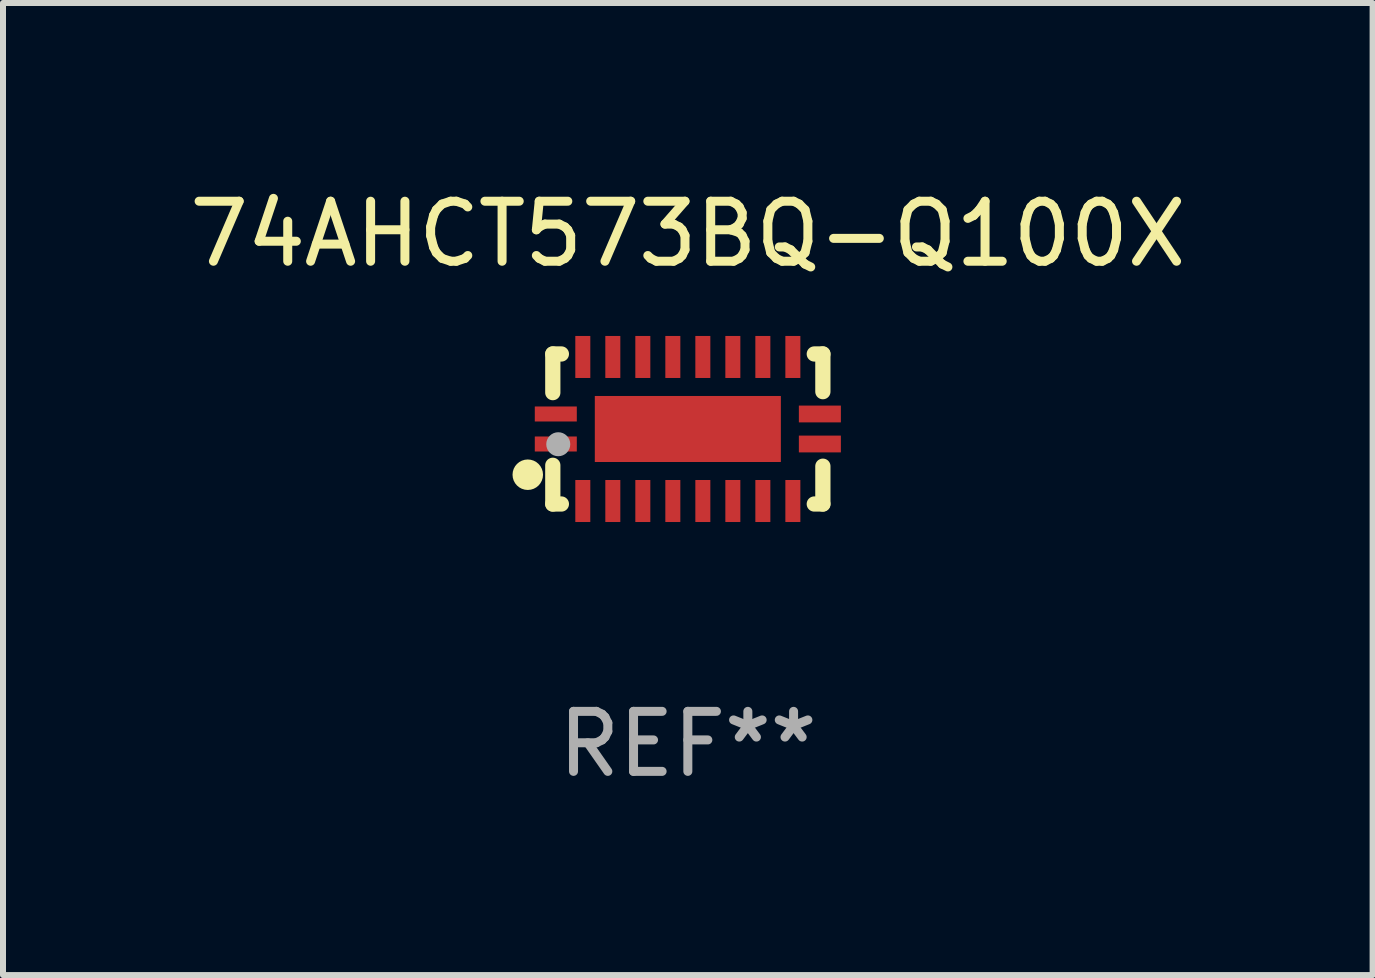
<source format=kicad_pcb>
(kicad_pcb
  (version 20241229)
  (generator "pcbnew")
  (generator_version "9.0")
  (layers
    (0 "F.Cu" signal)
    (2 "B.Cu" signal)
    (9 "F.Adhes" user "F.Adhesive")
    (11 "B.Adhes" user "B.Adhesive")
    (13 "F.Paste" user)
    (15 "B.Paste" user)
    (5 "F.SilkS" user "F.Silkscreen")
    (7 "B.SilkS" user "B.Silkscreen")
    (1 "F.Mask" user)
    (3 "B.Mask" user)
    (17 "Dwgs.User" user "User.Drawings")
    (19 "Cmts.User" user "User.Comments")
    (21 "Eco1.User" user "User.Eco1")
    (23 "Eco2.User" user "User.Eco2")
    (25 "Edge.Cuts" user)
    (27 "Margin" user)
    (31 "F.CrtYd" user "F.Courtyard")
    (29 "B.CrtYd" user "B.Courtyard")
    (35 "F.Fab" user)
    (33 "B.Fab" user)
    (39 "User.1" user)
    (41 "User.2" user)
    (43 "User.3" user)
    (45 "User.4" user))
  (footprint "74AHCT573BQ-Q100X"
    (layer "F.Cu")
    (at 8.411 4.098)
    (property "Reference" "74AHCT573BQ-Q100X" (at 0 -3.25 0) (layer "F.SilkS") (effects (font (size 1 1) (thickness 0.15))))
    (attr through_hole)
    (fp_line (start -2.25 0.605) (end -2.25 1.25) (stroke (width 0.254) (type solid)) (layer "F.SilkS"))
    (fp_line (start -2.25 1.25) (end -2.107 1.25) (stroke (width 0.254) (type solid)) (layer "F.SilkS"))
    (fp_line (start -2.25 -1.25) (end -2.25 -0.606) (stroke (width 0.254) (type solid)) (layer "F.SilkS"))
    (fp_line (start -2.25 -1.25) (end -2.107 -1.25) (stroke (width 0.254) (type solid)) (layer "F.SilkS"))
    (fp_line (start 2.107 -1.25) (end 2.25 -1.25) (stroke (width 0.254) (type solid)) (layer "F.SilkS"))
    (fp_line (start 2.107 1.25) (end 2.25 1.25) (stroke (width 0.254) (type solid)) (layer "F.SilkS"))
    (fp_line (start 2.25 -1.25) (end 2.25 -0.622) (stroke (width 0.254) (type solid)) (layer "F.SilkS"))
    (fp_line (start 2.25 0.62) (end 2.25 1.25) (stroke (width 0.254) (type solid)) (layer "F.SilkS"))
    (fp_circle (center -2.667 0.762) (end -2.54 0.762) (stroke (width 0.254) (type solid)) (fill no) (layer "F.SilkS"))
    (fp_circle (center -2.25 1.249) (end -2.22 1.249) (stroke (width 0.06) (type solid)) (fill no) (layer "F.SilkS"))
    (fp_circle (center -2.159 0.254) (end -2.059 0.254) (stroke (width 0.2) (type solid)) (fill no) (layer "F.Fab"))
    (fp_text user "REF**" (at 0 5.25 0) (layer "F.Fab") (effects (font (size 1 1) (thickness 0.15))))
    (pad "1" smd rect (at -2.2 0.25 180) (size 0.7 0.25) (layers "F.Cu" "F.Mask" "F.Paste"))
    (pad "2" smd rect (at -1.75 1.2 90) (size 0.7 0.25) (layers "F.Cu" "F.Mask" "F.Paste"))
    (pad "3" smd rect (at -1.25 1.2 90) (size 0.7 0.25) (layers "F.Cu" "F.Mask" "F.Paste"))
    (pad "4" smd rect (at -0.75 1.2 90) (size 0.7 0.25) (layers "F.Cu" "F.Mask" "F.Paste"))
    (pad "5" smd rect (at -0.25 1.2 90) (size 0.7 0.25) (layers "F.Cu" "F.Mask" "F.Paste"))
    (pad "6" smd rect (at 0.25 1.2 90) (size 0.7 0.25) (layers "F.Cu" "F.Mask" "F.Paste"))
    (pad "7" smd rect (at 0.75 1.2 90) (size 0.7 0.25) (layers "F.Cu" "F.Mask" "F.Paste"))
    (pad "8" smd rect (at 1.25 1.2 90) (size 0.7 0.25) (layers "F.Cu" "F.Mask" "F.Paste"))
    (pad "9" smd rect (at 1.75 1.2 90) (size 0.7 0.25) (layers "F.Cu" "F.Mask" "F.Paste"))
    (pad "10" smd rect (at 2.2 0.25 180) (size 0.7 0.28) (layers "F.Cu" "F.Mask" "F.Paste"))
    (pad "11" smd rect (at 2.2 -0.25 180) (size 0.7 0.28) (layers "F.Cu" "F.Mask" "F.Paste"))
    (pad "12" smd rect (at 1.75 -1.2 90) (size 0.7 0.25) (layers "F.Cu" "F.Mask" "F.Paste"))
    (pad "13" smd rect (at 1.25 -1.2 90) (size 0.7 0.25) (layers "F.Cu" "F.Mask" "F.Paste"))
    (pad "14" smd rect (at 0.75 -1.2 90) (size 0.7 0.25) (layers "F.Cu" "F.Mask" "F.Paste"))
    (pad "15" smd rect (at 0.25 -1.2 90) (size 0.7 0.25) (layers "F.Cu" "F.Mask" "F.Paste"))
    (pad "16" smd rect (at -0.25 -1.2 90) (size 0.7 0.25) (layers "F.Cu" "F.Mask" "F.Paste"))
    (pad "17" smd rect (at -0.75 -1.2 90) (size 0.7 0.25) (layers "F.Cu" "F.Mask" "F.Paste"))
    (pad "18" smd rect (at -1.25 -1.2 90) (size 0.7 0.25) (layers "F.Cu" "F.Mask" "F.Paste"))
    (pad "19" smd rect (at -1.75 -1.2 90) (size 0.7 0.25) (layers "F.Cu" "F.Mask" "F.Paste"))
    (pad "20" smd rect (at -2.2 -0.25 180) (size 0.7 0.25) (layers "F.Cu" "F.Mask" "F.Paste"))
    (pad "21" smd rect (at 0 -0.000013 180) (size 3.1 1.1) (layers "F.Cu" "F.Mask" "F.Paste")))
  (gr_rect
    (start -3 -3)
    (end 19.821 13.197)
    (stroke (width 0.1) (type default))
    (fill no)
    (layer "Edge.Cuts")))
</source>
